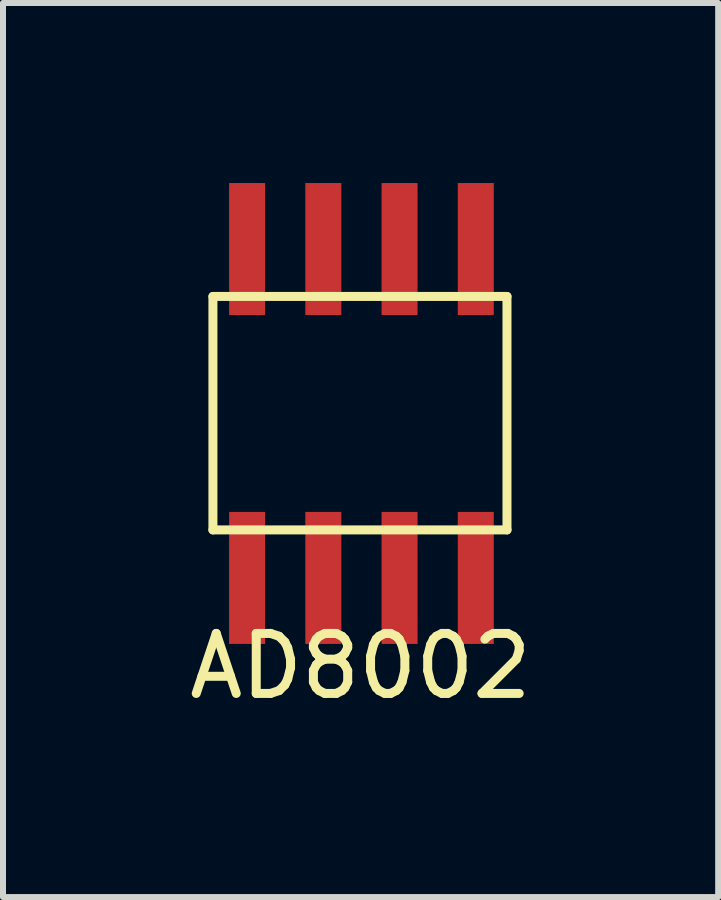
<source format=kicad_pcb>
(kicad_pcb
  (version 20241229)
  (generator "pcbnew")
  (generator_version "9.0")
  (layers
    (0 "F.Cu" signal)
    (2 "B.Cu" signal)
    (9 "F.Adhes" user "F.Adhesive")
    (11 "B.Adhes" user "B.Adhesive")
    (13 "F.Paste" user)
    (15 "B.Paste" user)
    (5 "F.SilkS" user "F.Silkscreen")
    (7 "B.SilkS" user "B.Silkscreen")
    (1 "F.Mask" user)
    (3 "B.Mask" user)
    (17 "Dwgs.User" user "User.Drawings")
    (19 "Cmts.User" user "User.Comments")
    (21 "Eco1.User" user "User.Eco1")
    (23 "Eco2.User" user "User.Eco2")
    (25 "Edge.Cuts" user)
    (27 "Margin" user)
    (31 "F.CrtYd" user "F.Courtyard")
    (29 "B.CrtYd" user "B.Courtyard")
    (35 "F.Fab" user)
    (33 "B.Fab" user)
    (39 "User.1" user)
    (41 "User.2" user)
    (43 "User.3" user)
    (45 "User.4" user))
  (footprint "AD8002"
    (layer "F.Cu")
    (at 2.448 4.24)
    (property "Reference" "AD8002" (at 0.51 3.81 0) (layer "F.SilkS") (effects (font (size 1 1) (thickness 0.15))))
    (attr through_hole)
    (fp_line (start -1.95 -2.35) (end -1.95 1.54) (stroke (width 0.15) (type solid)) (layer "F.SilkS"))
    (fp_line (start 2.95 -2.35) (end -1.95 -2.35) (stroke (width 0.15) (type solid)) (layer "F.SilkS"))
    (fp_line (start 2.95 1.54) (end -1.95 1.54) (stroke (width 0.15) (type solid)) (layer "F.SilkS"))
    (fp_line (start 2.95 1.54) (end 2.95 -2.35) (stroke (width 0.15) (type solid)) (layer "F.SilkS"))
    (pad "1" smd rect (at -1.38 2.34) (size 0.6 2.2) (layers "F.Cu" "F.Mask" "F.Paste"))
    (pad "2" smd rect (at -0.11 2.34) (size 0.6 2.2) (layers "F.Cu" "F.Mask" "F.Paste"))
    (pad "3" smd rect (at 1.16 2.34) (size 0.6 2.2) (layers "F.Cu" "F.Mask" "F.Paste"))
    (pad "4" smd rect (at 2.43 2.34) (size 0.6 2.2) (layers "F.Cu" "F.Mask" "F.Paste"))
    (pad "5" smd rect (at -1.38 -3.14) (size 0.6 2.2) (layers "F.Cu" "F.Mask" "F.Paste"))
    (pad "6" smd rect (at -0.11 -3.14) (size 0.6 2.2) (layers "F.Cu" "F.Mask" "F.Paste"))
    (pad "7" smd rect (at 1.16 -3.14) (size 0.6 2.2) (layers "F.Cu" "F.Mask" "F.Paste"))
    (pad "8" smd rect (at 2.43 -3.14) (size 0.6 2.2) (layers "F.Cu" "F.Mask" "F.Paste")))
  (gr_rect
    (start -3 -3)
    (end 8.917 11.898)
    (stroke (width 0.1) (type default))
    (fill no)
    (layer "Edge.Cuts")))
</source>
